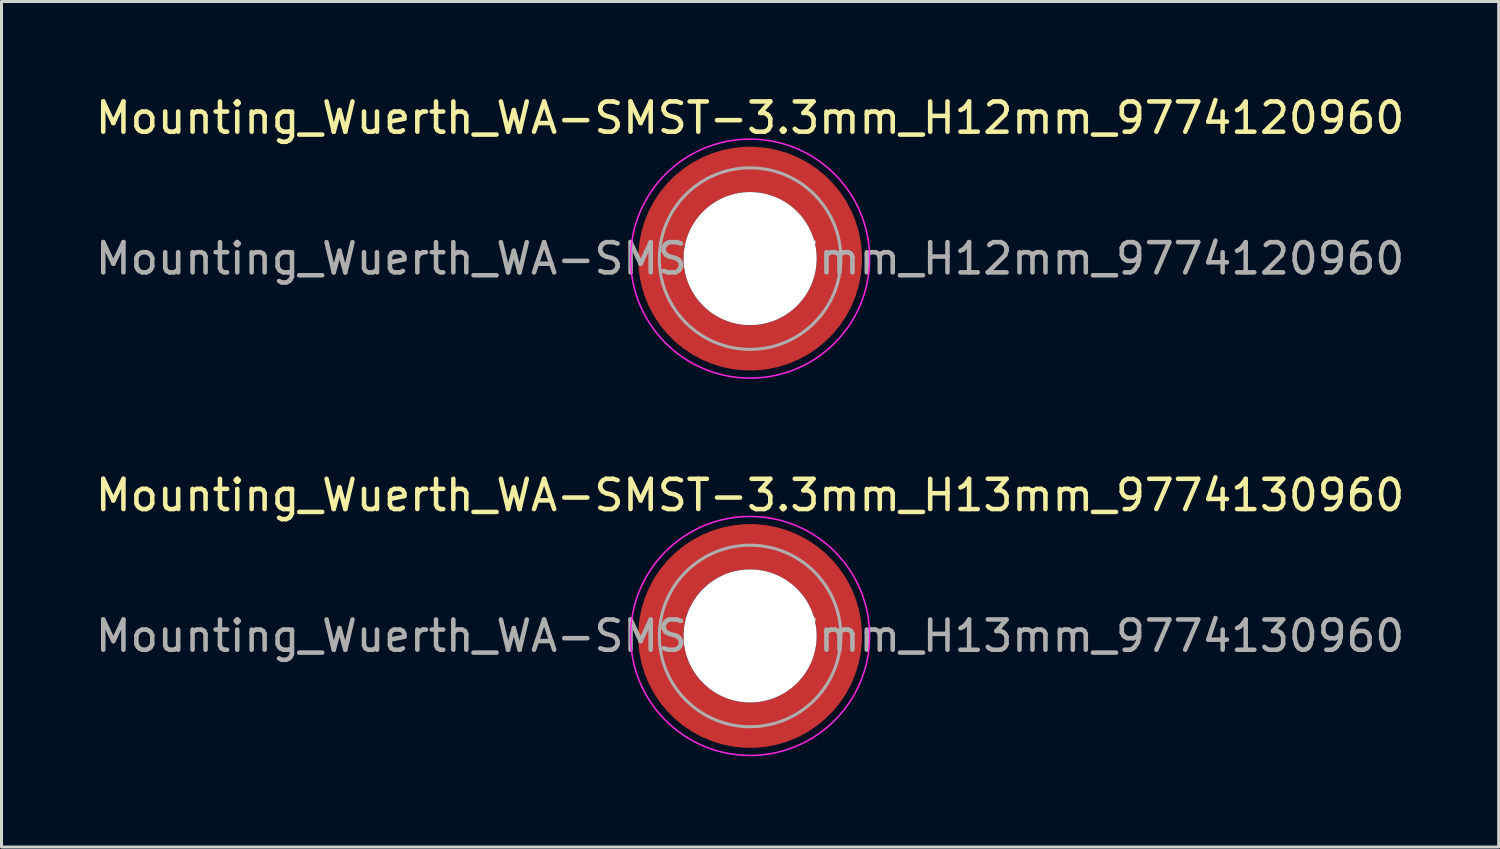
<source format=kicad_pcb>
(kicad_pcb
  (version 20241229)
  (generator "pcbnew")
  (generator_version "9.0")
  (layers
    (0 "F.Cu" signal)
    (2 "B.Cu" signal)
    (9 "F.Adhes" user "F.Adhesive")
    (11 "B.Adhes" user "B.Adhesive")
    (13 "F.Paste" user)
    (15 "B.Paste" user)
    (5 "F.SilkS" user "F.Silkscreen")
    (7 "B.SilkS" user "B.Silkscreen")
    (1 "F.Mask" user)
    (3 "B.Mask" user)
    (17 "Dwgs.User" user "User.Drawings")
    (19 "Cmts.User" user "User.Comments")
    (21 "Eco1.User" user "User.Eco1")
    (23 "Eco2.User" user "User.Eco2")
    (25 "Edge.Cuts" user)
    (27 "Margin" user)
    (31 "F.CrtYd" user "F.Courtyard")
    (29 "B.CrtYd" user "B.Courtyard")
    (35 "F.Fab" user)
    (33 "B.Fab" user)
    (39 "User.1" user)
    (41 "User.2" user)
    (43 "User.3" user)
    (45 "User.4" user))
  (footprint "Mounting_Wuerth_WA-SMST-3.3mm_H13mm_9774130960"
    (layer "F.Cu")
    (at 21.744 17.971)
    (property "Reference" "Mounting_Wuerth_WA-SMST-3.3mm_H13mm_9774130960" (at 0 -4.65 0) (layer "F.SilkS") (effects (font (size 1 1) (thickness 0.15))))
    (attr smd allow_soldermask_bridges)
    (fp_circle (center 0 0) (end 3.95 0) (stroke (width 0.05) (type solid)) (fill no) (layer "F.CrtYd"))
    (fp_circle (center 0 0) (end 3 0) (stroke (width 0.1) (type solid)) (fill no) (layer "F.Fab"))
    (fp_text user "${REFERENCE}" (at 0 0 0) (layer "F.Fab") (effects (font (size 1 1) (thickness 0.15))))
    (pad "" smd custom (at -2.058 -2.058) (size 0.55 0.55) (layers "F.Paste") (options (anchor circle)) (primitives (gr_arc (start -0.377294 1.707681) (mid 0.318198 0.318198) (end 1.707681 -0.377294) (width 0.2)) (gr_arc (start -0.478281 1.707681) (mid 0.247487 0.247487) (end 1.707681 -0.478281) (width 0.2)) (gr_arc (start -0.579192 1.707681) (mid 0.176777 0.176777) (end 1.707681 -0.579192) (width 0.2)) (gr_arc (start -0.680037 1.707681) (mid 0.106066 0.106066) (end 1.707681 -0.680037) (width 0.2)) (gr_arc (start -0.780822 1.707681) (mid 0.035355 0.035355) (end 1.707681 -0.780822) (width 0.2)) (gr_arc (start -0.881554 1.707681) (mid -0.035355 -0.035355) (end 1.707681 -0.881554) (width 0.2)) (gr_arc (start -0.982237 1.707681) (mid -0.106066 -0.106066) (end 1.707681 -0.982237) (width 0.2)) (gr_arc (start -1.082877 1.707681) (mid -0.176777 -0.176777) (end 1.707681 -1.082877) (width 0.2)) (gr_arc (start -1.183476 1.707681) (mid -0.247487 -0.247487) (end 1.707681 -1.183476) (width 0.2)) (gr_arc (start -1.28404 1.707681) (mid -0.318198 -0.318198) (end 1.707681 -1.28404) (width 0.2)) (gr_line (start 1.708 -0.377) (end 1.708 -1.284) (width 0.2)) (gr_line (start -0.377 1.708) (end -1.284 1.708) (width 0.2))))
    (pad "" smd custom (at -2.058 2.058) (size 0.55 0.55) (layers "F.Paste") (options (anchor circle)) (primitives (gr_arc (start 1.707681 0.377294) (mid 0.318198 -0.318198) (end -0.377294 -1.707681) (width 0.2)) (gr_arc (start 1.707681 0.478281) (mid 0.247487 -0.247487) (end -0.478281 -1.707681) (width 0.2)) (gr_arc (start 1.707681 0.579192) (mid 0.176777 -0.176777) (end -0.579192 -1.707681) (width 0.2)) (gr_arc (start 1.707681 0.680037) (mid 0.106066 -0.106066) (end -0.680037 -1.707681) (width 0.2)) (gr_arc (start 1.707681 0.780822) (mid 0.035355 -0.035355) (end -0.780822 -1.707681) (width 0.2)) (gr_arc (start 1.707681 0.881554) (mid -0.035355 0.035355) (end -0.881554 -1.707681) (width 0.2)) (gr_arc (start 1.707681 0.982237) (mid -0.106066 0.106066) (end -0.982237 -1.707681) (width 0.2)) (gr_arc (start 1.707681 1.082877) (mid -0.176777 0.176777) (end -1.082877 -1.707681) (width 0.2)) (gr_arc (start 1.707681 1.183476) (mid -0.247487 0.247487) (end -1.183476 -1.707681) (width 0.2)) (gr_arc (start 1.707681 1.28404) (mid -0.318198 0.318198) (end -1.28404 -1.707681) (width 0.2)) (gr_line (start -0.377 -1.708) (end -1.284 -1.708) (width 0.2)) (gr_line (start 1.708 0.377) (end 1.708 1.284) (width 0.2))))
    (pad "" np_thru_hole circle (at 0 0) (size 4.4 4.4) (drill 4.4) (layers "*.Cu" "*.Mask"))
    (pad "" smd custom (at 2.058 -2.058) (size 0.55 0.55) (layers "F.Paste") (options (anchor circle)) (primitives (gr_arc (start -1.707681 -0.377294) (mid -0.318198 0.318198) (end 0.377294 1.707681) (width 0.2)) (gr_arc (start -1.707681 -0.478281) (mid -0.247487 0.247487) (end 0.478281 1.707681) (width 0.2)) (gr_arc (start -1.707681 -0.579192) (mid -0.176777 0.176777) (end 0.579192 1.707681) (width 0.2)) (gr_arc (start -1.707681 -0.680037) (mid -0.106066 0.106066) (end 0.680037 1.707681) (width 0.2)) (gr_arc (start -1.707681 -0.780822) (mid -0.035355 0.035355) (end 0.780822 1.707681) (width 0.2)) (gr_arc (start -1.707681 -0.881554) (mid 0.035355 -0.035355) (end 0.881554 1.707681) (width 0.2)) (gr_arc (start -1.707681 -0.982237) (mid 0.106066 -0.106066) (end 0.982237 1.707681) (width 0.2)) (gr_arc (start -1.707681 -1.082877) (mid 0.176777 -0.176777) (end 1.082877 1.707681) (width 0.2)) (gr_arc (start -1.707681 -1.183476) (mid 0.247487 -0.247487) (end 1.183476 1.707681) (width 0.2)) (gr_arc (start -1.707681 -1.28404) (mid 0.318198 -0.318198) (end 1.28404 1.707681) (width 0.2)) (gr_line (start 0.377 1.708) (end 1.284 1.708) (width 0.2)) (gr_line (start -1.708 -0.377) (end -1.708 -1.284) (width 0.2))))
    (pad "" smd custom (at 2.058 2.058) (size 0.55 0.55) (layers "F.Paste") (options (anchor circle)) (primitives (gr_arc (start 0.377294 -1.707681) (mid -0.318198 -0.318198) (end -1.707681 0.377294) (width 0.2)) (gr_arc (start 0.478281 -1.707681) (mid -0.247487 -0.247487) (end -1.707681 0.478281) (width 0.2)) (gr_arc (start 0.579192 -1.707681) (mid -0.176777 -0.176777) (end -1.707681 0.579192) (width 0.2)) (gr_arc (start 0.680037 -1.707681) (mid -0.106066 -0.106066) (end -1.707681 0.680037) (width 0.2)) (gr_arc (start 0.780822 -1.707681) (mid -0.035355 -0.035355) (end -1.707681 0.780822) (width 0.2)) (gr_arc (start 0.881554 -1.707681) (mid 0.035355 0.035355) (end -1.707681 0.881554) (width 0.2)) (gr_arc (start 0.982237 -1.707681) (mid 0.106066 0.106066) (end -1.707681 0.982237) (width 0.2)) (gr_arc (start 1.082877 -1.707681) (mid 0.176777 0.176777) (end -1.707681 1.082877) (width 0.2)) (gr_arc (start 1.183476 -1.707681) (mid 0.247487 0.247487) (end -1.707681 1.183476) (width 0.2)) (gr_arc (start 1.28404 -1.707681) (mid 0.318198 0.318198) (end -1.707681 1.28404) (width 0.2)) (gr_line (start -1.708 0.377) (end -1.708 1.284) (width 0.2)) (gr_line (start 0.377 -1.708) (end 1.284 -1.708) (width 0.2))))
    (pad "1" smd circle (at -2.95 0) (size 0.992 0.992) (layers "F.Cu"))
    (pad "1" smd circle (at 0 -2.95) (size 0.992 0.992) (layers "F.Cu"))
    (pad "1" smd circle (at 0 2.95) (size 0.992 0.992) (layers "F.Cu"))
    (pad "1" smd custom (at 2.95 0) (size 1.5 1.5) (layers "F.Cu" "F.Mask") (options (anchor circle)) (primitives (gr_circle (center -2.95 0) (end 0 0) (width 1.5) (fill no)))))
  (footprint "Mounting_Wuerth_WA-SMST-3.3mm_H12mm_9774120960"
    (layer "F.Cu")
    (at 21.744 5.498)
    (property "Reference" "Mounting_Wuerth_WA-SMST-3.3mm_H12mm_9774120960" (at 0 -4.65 0) (layer "F.SilkS") (effects (font (size 1 1) (thickness 0.15))))
    (attr smd allow_soldermask_bridges)
    (fp_circle (center 0 0) (end 3.95 0) (stroke (width 0.05) (type solid)) (fill no) (layer "F.CrtYd"))
    (fp_circle (center 0 0) (end 3 0) (stroke (width 0.1) (type solid)) (fill no) (layer "F.Fab"))
    (fp_text user "${REFERENCE}" (at 0 0 0) (layer "F.Fab") (effects (font (size 1 1) (thickness 0.15))))
    (pad "" smd custom (at -2.058 -2.058) (size 0.55 0.55) (layers "F.Paste") (options (anchor circle)) (primitives (gr_arc (start -0.377294 1.707681) (mid 0.318198 0.318198) (end 1.707681 -0.377294) (width 0.2)) (gr_arc (start -0.478281 1.707681) (mid 0.247487 0.247487) (end 1.707681 -0.478281) (width 0.2)) (gr_arc (start -0.579192 1.707681) (mid 0.176777 0.176777) (end 1.707681 -0.579192) (width 0.2)) (gr_arc (start -0.680037 1.707681) (mid 0.106066 0.106066) (end 1.707681 -0.680037) (width 0.2)) (gr_arc (start -0.780822 1.707681) (mid 0.035355 0.035355) (end 1.707681 -0.780822) (width 0.2)) (gr_arc (start -0.881554 1.707681) (mid -0.035355 -0.035355) (end 1.707681 -0.881554) (width 0.2)) (gr_arc (start -0.982237 1.707681) (mid -0.106066 -0.106066) (end 1.707681 -0.982237) (width 0.2)) (gr_arc (start -1.082877 1.707681) (mid -0.176777 -0.176777) (end 1.707681 -1.082877) (width 0.2)) (gr_arc (start -1.183476 1.707681) (mid -0.247487 -0.247487) (end 1.707681 -1.183476) (width 0.2)) (gr_arc (start -1.28404 1.707681) (mid -0.318198 -0.318198) (end 1.707681 -1.28404) (width 0.2)) (gr_line (start 1.708 -0.377) (end 1.708 -1.284) (width 0.2)) (gr_line (start -0.377 1.708) (end -1.284 1.708) (width 0.2))))
    (pad "" smd custom (at -2.058 2.058) (size 0.55 0.55) (layers "F.Paste") (options (anchor circle)) (primitives (gr_arc (start 1.707681 0.377294) (mid 0.318198 -0.318198) (end -0.377294 -1.707681) (width 0.2)) (gr_arc (start 1.707681 0.478281) (mid 0.247487 -0.247487) (end -0.478281 -1.707681) (width 0.2)) (gr_arc (start 1.707681 0.579192) (mid 0.176777 -0.176777) (end -0.579192 -1.707681) (width 0.2)) (gr_arc (start 1.707681 0.680037) (mid 0.106066 -0.106066) (end -0.680037 -1.707681) (width 0.2)) (gr_arc (start 1.707681 0.780822) (mid 0.035355 -0.035355) (end -0.780822 -1.707681) (width 0.2)) (gr_arc (start 1.707681 0.881554) (mid -0.035355 0.035355) (end -0.881554 -1.707681) (width 0.2)) (gr_arc (start 1.707681 0.982237) (mid -0.106066 0.106066) (end -0.982237 -1.707681) (width 0.2)) (gr_arc (start 1.707681 1.082877) (mid -0.176777 0.176777) (end -1.082877 -1.707681) (width 0.2)) (gr_arc (start 1.707681 1.183476) (mid -0.247487 0.247487) (end -1.183476 -1.707681) (width 0.2)) (gr_arc (start 1.707681 1.28404) (mid -0.318198 0.318198) (end -1.28404 -1.707681) (width 0.2)) (gr_line (start -0.377 -1.708) (end -1.284 -1.708) (width 0.2)) (gr_line (start 1.708 0.377) (end 1.708 1.284) (width 0.2))))
    (pad "" np_thru_hole circle (at 0 0) (size 4.4 4.4) (drill 4.4) (layers "*.Cu" "*.Mask"))
    (pad "" smd custom (at 2.058 -2.058) (size 0.55 0.55) (layers "F.Paste") (options (anchor circle)) (primitives (gr_arc (start -1.707681 -0.377294) (mid -0.318198 0.318198) (end 0.377294 1.707681) (width 0.2)) (gr_arc (start -1.707681 -0.478281) (mid -0.247487 0.247487) (end 0.478281 1.707681) (width 0.2)) (gr_arc (start -1.707681 -0.579192) (mid -0.176777 0.176777) (end 0.579192 1.707681) (width 0.2)) (gr_arc (start -1.707681 -0.680037) (mid -0.106066 0.106066) (end 0.680037 1.707681) (width 0.2)) (gr_arc (start -1.707681 -0.780822) (mid -0.035355 0.035355) (end 0.780822 1.707681) (width 0.2)) (gr_arc (start -1.707681 -0.881554) (mid 0.035355 -0.035355) (end 0.881554 1.707681) (width 0.2)) (gr_arc (start -1.707681 -0.982237) (mid 0.106066 -0.106066) (end 0.982237 1.707681) (width 0.2)) (gr_arc (start -1.707681 -1.082877) (mid 0.176777 -0.176777) (end 1.082877 1.707681) (width 0.2)) (gr_arc (start -1.707681 -1.183476) (mid 0.247487 -0.247487) (end 1.183476 1.707681) (width 0.2)) (gr_arc (start -1.707681 -1.28404) (mid 0.318198 -0.318198) (end 1.28404 1.707681) (width 0.2)) (gr_line (start 0.377 1.708) (end 1.284 1.708) (width 0.2)) (gr_line (start -1.708 -0.377) (end -1.708 -1.284) (width 0.2))))
    (pad "" smd custom (at 2.058 2.058) (size 0.55 0.55) (layers "F.Paste") (options (anchor circle)) (primitives (gr_arc (start 0.377294 -1.707681) (mid -0.318198 -0.318198) (end -1.707681 0.377294) (width 0.2)) (gr_arc (start 0.478281 -1.707681) (mid -0.247487 -0.247487) (end -1.707681 0.478281) (width 0.2)) (gr_arc (start 0.579192 -1.707681) (mid -0.176777 -0.176777) (end -1.707681 0.579192) (width 0.2)) (gr_arc (start 0.680037 -1.707681) (mid -0.106066 -0.106066) (end -1.707681 0.680037) (width 0.2)) (gr_arc (start 0.780822 -1.707681) (mid -0.035355 -0.035355) (end -1.707681 0.780822) (width 0.2)) (gr_arc (start 0.881554 -1.707681) (mid 0.035355 0.035355) (end -1.707681 0.881554) (width 0.2)) (gr_arc (start 0.982237 -1.707681) (mid 0.106066 0.106066) (end -1.707681 0.982237) (width 0.2)) (gr_arc (start 1.082877 -1.707681) (mid 0.176777 0.176777) (end -1.707681 1.082877) (width 0.2)) (gr_arc (start 1.183476 -1.707681) (mid 0.247487 0.247487) (end -1.707681 1.183476) (width 0.2)) (gr_arc (start 1.28404 -1.707681) (mid 0.318198 0.318198) (end -1.707681 1.28404) (width 0.2)) (gr_line (start -1.708 0.377) (end -1.708 1.284) (width 0.2)) (gr_line (start 0.377 -1.708) (end 1.284 -1.708) (width 0.2))))
    (pad "1" smd circle (at -2.95 0) (size 0.992 0.992) (layers "F.Cu"))
    (pad "1" smd circle (at 0 -2.95) (size 0.992 0.992) (layers "F.Cu"))
    (pad "1" smd circle (at 0 2.95) (size 0.992 0.992) (layers "F.Cu"))
    (pad "1" smd custom (at 2.95 0) (size 1.5 1.5) (layers "F.Cu" "F.Mask") (options (anchor circle)) (primitives (gr_circle (center -2.95 0) (end 0 0) (width 1.5) (fill no)))))
  (gr_rect
    (start -3 -3)
    (end 46.488 24.947)
    (stroke (width 0.1) (type default))
    (fill no)
    (layer "Edge.Cuts")))
</source>
